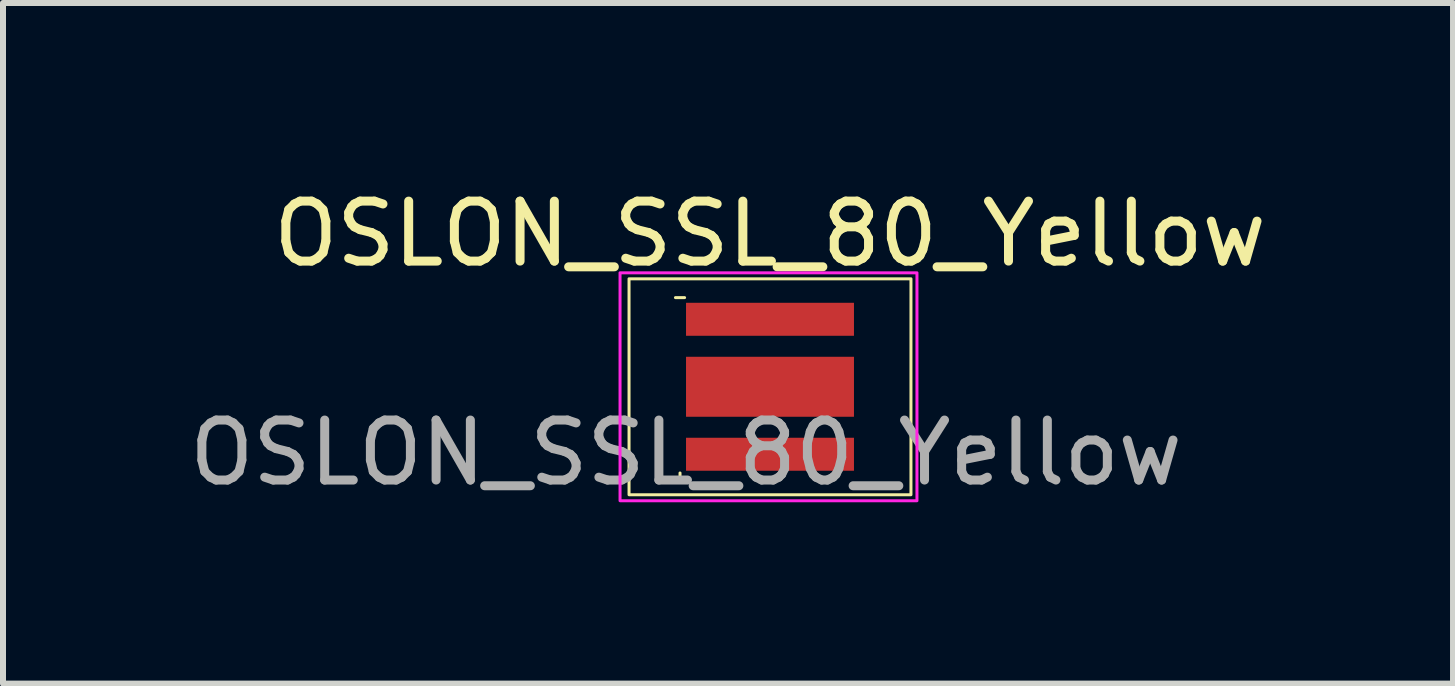
<source format=kicad_pcb>
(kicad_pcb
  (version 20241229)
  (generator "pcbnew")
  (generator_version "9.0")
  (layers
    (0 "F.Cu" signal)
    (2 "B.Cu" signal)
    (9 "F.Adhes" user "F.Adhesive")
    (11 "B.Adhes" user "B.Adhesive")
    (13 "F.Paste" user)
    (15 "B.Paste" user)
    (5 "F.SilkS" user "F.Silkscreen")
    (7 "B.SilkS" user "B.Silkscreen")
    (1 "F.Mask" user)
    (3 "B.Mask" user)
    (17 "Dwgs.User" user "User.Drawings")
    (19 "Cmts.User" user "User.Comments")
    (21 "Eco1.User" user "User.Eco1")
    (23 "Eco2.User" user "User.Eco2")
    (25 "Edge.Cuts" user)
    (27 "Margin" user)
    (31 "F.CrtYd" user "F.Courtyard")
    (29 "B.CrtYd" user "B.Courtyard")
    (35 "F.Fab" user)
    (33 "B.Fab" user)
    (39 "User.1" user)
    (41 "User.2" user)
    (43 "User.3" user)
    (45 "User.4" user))
  (footprint "OSLON_SSL_80_Yellow"
    (layer "F.Cu")
    (at 8.387 1.998)
    (property "Reference" "OSLON_SSL_80_Yellow" (at 1.4 -1.15 0) (unlocked yes) (layer "F.SilkS") (effects (font (size 1 1) (thickness 0.15))))
    (attr smd)
    (fp_rect (start -0.95 -0.4) (end 3.75 3.2) (stroke (width 0.05) (type solid)) (fill no) (layer "F.SilkS"))
    (fp_rect (start 0.05 0.5) (end 2.75 0.1) (stroke (width 0) (type solid)) (fill yes) (layer "F.Paste"))
    (fp_rect (start 0.05 0.95) (end 1.25 1.85) (stroke (width 0) (type solid)) (fill yes) (layer "F.Paste"))
    (fp_rect (start 0.05 2.7) (end 2.75 2.3) (stroke (width 0) (type solid)) (fill yes) (layer "F.Paste"))
    (fp_rect (start 1.55 0.95) (end 2.75 1.85) (stroke (width 0) (type solid)) (fill yes) (layer "F.Paste"))
    (fp_rect (start -1.1 -0.5) (end 3.85 3.3) (stroke (width 0.05) (type solid)) (fill no) (layer "F.CrtYd"))
    (fp_text user "-" (at -0.1 -0.1 0) (unlocked yes) (layer "F.SilkS") (effects (font (size 0.2 0.2) (thickness 0.05))))
    (fp_text user "+" (at -0.1 2.9 0) (unlocked yes) (layer "F.SilkS") (effects (font (size 0.2 0.2) (thickness 0.05))))
    (fp_text user "${REFERENCE}" (at 0 2.5 0) (unlocked yes) (layer "F.Fab") (effects (font (size 1 1) (thickness 0.15))))
    (pad "1" smd rect (at 1.4 0.275) (size 2.8 0.55) (layers "F.Cu" "F.Mask"))
    (pad "2" smd rect (at 1.4 2.525) (size 2.8 0.55) (layers "F.Cu" "F.Mask"))
    (pad "3" smd custom (at 1.4 1.4) (size 2.8 1) (property pad_prop_heatsink) (layers "F.Cu" "F.Mask") (options (anchor rect)) (primitives)))
  (gr_rect
    (start -3 -3)
    (end 21.174 8.347)
    (stroke (width 0.1) (type default))
    (fill no)
    (layer "Edge.Cuts")))
</source>
